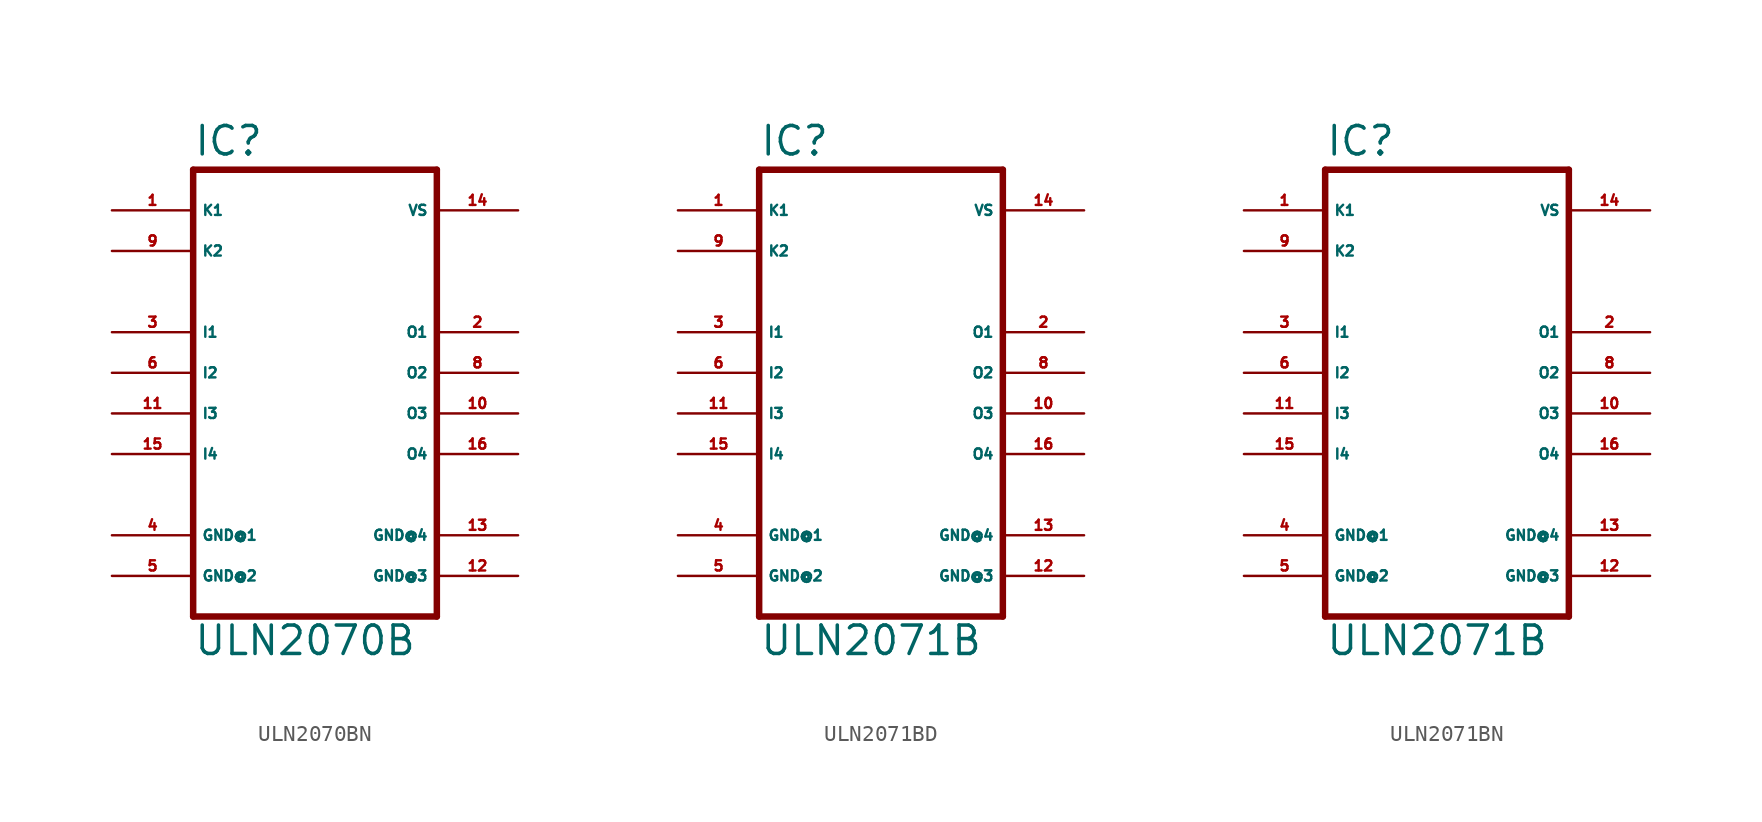
<source format=kicad_sym>
(kicad_symbol_lib
  (version 20220914)
  (generator Eagle2Kicad)
  (symbol "ULN2070BN"
    (property "Reference" "IC"
      (at -7.62 13.462 0)
      (effects (font (size 1.778 1.778) (thickness 0.22)) (justify left bottom)))
    (property "Value" "ULN2070B"
      (at -7.62 -17.78 0)
      (effects (font (size 1.778 1.778) (thickness 0.22)) (justify left bottom)))
    (polyline
      (pts (xy -7.62 12.7) (xy 7.62 12.7))
      (stroke (width 0.406) (type default))
      (fill (type none)))
    (polyline
      (pts (xy 7.62 -15.24) (xy 7.62 12.7))
      (stroke (width 0.406) (type default))
      (fill (type none)))
    (polyline
      (pts (xy 7.62 -15.24) (xy -7.62 -15.24))
      (stroke (width 0.406) (type default))
      (fill (type none)))
    (polyline
      (pts (xy -7.62 12.7) (xy -7.62 -15.24))
      (stroke (width 0.406) (type default))
      (fill (type none)))
    (pin input line
      (at -12.7 2.54 0)
      (length 5.08)
      (name "I1" (effects (font (size 0.635 0.635) (thickness 0.08)) (justify left bottom)))
      (number "3" (effects (font (size 0.635 0.635) (thickness 0.08)) (justify left bottom))))
    (pin input line
      (at -12.7 0 0)
      (length 5.08)
      (name "I2" (effects (font (size 0.635 0.635) (thickness 0.08)) (justify left bottom)))
      (number "6" (effects (font (size 0.635 0.635) (thickness 0.08)) (justify left bottom))))
    (pin input line
      (at -12.7 -2.54 0)
      (length 5.08)
      (name "I3" (effects (font (size 0.635 0.635) (thickness 0.08)) (justify left bottom)))
      (number "11" (effects (font (size 0.635 0.635) (thickness 0.08)) (justify left bottom))))
    (pin input line
      (at -12.7 -5.08 0)
      (length 5.08)
      (name "I4" (effects (font (size 0.635 0.635) (thickness 0.08)) (justify left bottom)))
      (number "15" (effects (font (size 0.635 0.635) (thickness 0.08)) (justify left bottom))))
    (pin open_collector line
      (at 12.7 2.54 180)
      (length 5.08)
      (name "O1" (effects (font (size 0.635 0.635) (thickness 0.08)) (justify left bottom)))
      (number "2" (effects (font (size 0.635 0.635) (thickness 0.08)) (justify left bottom))))
    (pin open_collector line
      (at 12.7 0 180)
      (length 5.08)
      (name "O2" (effects (font (size 0.635 0.635) (thickness 0.08)) (justify left bottom)))
      (number "8" (effects (font (size 0.635 0.635) (thickness 0.08)) (justify left bottom))))
    (pin open_collector line
      (at 12.7 -2.54 180)
      (length 5.08)
      (name "O3" (effects (font (size 0.635 0.635) (thickness 0.08)) (justify left bottom)))
      (number "10" (effects (font (size 0.635 0.635) (thickness 0.08)) (justify left bottom))))
    (pin open_collector line
      (at 12.7 -5.08 180)
      (length 5.08)
      (name "O4" (effects (font (size 0.635 0.635) (thickness 0.08)) (justify left bottom)))
      (number "16" (effects (font (size 0.635 0.635) (thickness 0.08)) (justify left bottom))))
    (pin passive line
      (at -12.7 7.62 0)
      (length 5.08)
      (name "K2" (effects (font (size 0.635 0.635) (thickness 0.08)) (justify left bottom)))
      (number "9" (effects (font (size 0.635 0.635) (thickness 0.08)) (justify left bottom))))
    (pin unspecified line
      (at -12.7 -12.7 0)
      (length 5.08)
      (name "GND@2" (effects (font (size 0.635 0.635) (thickness 0.08)) (justify left bottom)))
      (number "5" (effects (font (size 0.635 0.635) (thickness 0.08)) (justify left bottom))))
    (pin passive line
      (at -12.7 10.16 0)
      (length 5.08)
      (name "K1" (effects (font (size 0.635 0.635) (thickness 0.08)) (justify left bottom)))
      (number "1" (effects (font (size 0.635 0.635) (thickness 0.08)) (justify left bottom))))
    (pin unspecified line
      (at 12.7 -10.16 180)
      (length 5.08)
      (name "GND@4" (effects (font (size 0.635 0.635) (thickness 0.08)) (justify left bottom)))
      (number "13" (effects (font (size 0.635 0.635) (thickness 0.08)) (justify left bottom))))
    (pin unspecified line
      (at -12.7 -10.16 0)
      (length 5.08)
      (name "GND@1" (effects (font (size 0.635 0.635) (thickness 0.08)) (justify left bottom)))
      (number "4" (effects (font (size 0.635 0.635) (thickness 0.08)) (justify left bottom))))
    (pin unspecified line
      (at 12.7 -12.7 180)
      (length 5.08)
      (name "GND@3" (effects (font (size 0.635 0.635) (thickness 0.08)) (justify left bottom)))
      (number "12" (effects (font (size 0.635 0.635) (thickness 0.08)) (justify left bottom))))
    (pin unspecified line
      (at 12.7 10.16 180)
      (length 5.08)
      (name "VS" (effects (font (size 0.635 0.635) (thickness 0.08)) (justify left bottom)))
      (number "14" (effects (font (size 0.635 0.635) (thickness 0.08)) (justify left bottom)))))
  (symbol "ULN2071BD"
    (property "Reference" "IC"
      (at -7.62 13.462 0)
      (effects (font (size 1.778 1.778) (thickness 0.22)) (justify left bottom)))
    (property "Value" "ULN2071B"
      (at -7.62 -17.78 0)
      (effects (font (size 1.778 1.778) (thickness 0.22)) (justify left bottom)))
    (polyline
      (pts (xy -7.62 12.7) (xy 7.62 12.7))
      (stroke (width 0.406) (type default))
      (fill (type none)))
    (polyline
      (pts (xy 7.62 -15.24) (xy 7.62 12.7))
      (stroke (width 0.406) (type default))
      (fill (type none)))
    (polyline
      (pts (xy 7.62 -15.24) (xy -7.62 -15.24))
      (stroke (width 0.406) (type default))
      (fill (type none)))
    (polyline
      (pts (xy -7.62 12.7) (xy -7.62 -15.24))
      (stroke (width 0.406) (type default))
      (fill (type none)))
    (pin input line
      (at -12.7 2.54 0)
      (length 5.08)
      (name "I1" (effects (font (size 0.635 0.635) (thickness 0.08)) (justify left bottom)))
      (number "3" (effects (font (size 0.635 0.635) (thickness 0.08)) (justify left bottom))))
    (pin input line
      (at -12.7 0 0)
      (length 5.08)
      (name "I2" (effects (font (size 0.635 0.635) (thickness 0.08)) (justify left bottom)))
      (number "6" (effects (font (size 0.635 0.635) (thickness 0.08)) (justify left bottom))))
    (pin input line
      (at -12.7 -2.54 0)
      (length 5.08)
      (name "I3" (effects (font (size 0.635 0.635) (thickness 0.08)) (justify left bottom)))
      (number "11" (effects (font (size 0.635 0.635) (thickness 0.08)) (justify left bottom))))
    (pin input line
      (at -12.7 -5.08 0)
      (length 5.08)
      (name "I4" (effects (font (size 0.635 0.635) (thickness 0.08)) (justify left bottom)))
      (number "15" (effects (font (size 0.635 0.635) (thickness 0.08)) (justify left bottom))))
    (pin open_collector line
      (at 12.7 2.54 180)
      (length 5.08)
      (name "O1" (effects (font (size 0.635 0.635) (thickness 0.08)) (justify left bottom)))
      (number "2" (effects (font (size 0.635 0.635) (thickness 0.08)) (justify left bottom))))
    (pin open_collector line
      (at 12.7 0 180)
      (length 5.08)
      (name "O2" (effects (font (size 0.635 0.635) (thickness 0.08)) (justify left bottom)))
      (number "8" (effects (font (size 0.635 0.635) (thickness 0.08)) (justify left bottom))))
    (pin open_collector line
      (at 12.7 -2.54 180)
      (length 5.08)
      (name "O3" (effects (font (size 0.635 0.635) (thickness 0.08)) (justify left bottom)))
      (number "10" (effects (font (size 0.635 0.635) (thickness 0.08)) (justify left bottom))))
    (pin open_collector line
      (at 12.7 -5.08 180)
      (length 5.08)
      (name "O4" (effects (font (size 0.635 0.635) (thickness 0.08)) (justify left bottom)))
      (number "16" (effects (font (size 0.635 0.635) (thickness 0.08)) (justify left bottom))))
    (pin passive line
      (at -12.7 7.62 0)
      (length 5.08)
      (name "K2" (effects (font (size 0.635 0.635) (thickness 0.08)) (justify left bottom)))
      (number "9" (effects (font (size 0.635 0.635) (thickness 0.08)) (justify left bottom))))
    (pin unspecified line
      (at -12.7 -12.7 0)
      (length 5.08)
      (name "GND@2" (effects (font (size 0.635 0.635) (thickness 0.08)) (justify left bottom)))
      (number "5" (effects (font (size 0.635 0.635) (thickness 0.08)) (justify left bottom))))
    (pin passive line
      (at -12.7 10.16 0)
      (length 5.08)
      (name "K1" (effects (font (size 0.635 0.635) (thickness 0.08)) (justify left bottom)))
      (number "1" (effects (font (size 0.635 0.635) (thickness 0.08)) (justify left bottom))))
    (pin unspecified line
      (at 12.7 -10.16 180)
      (length 5.08)
      (name "GND@4" (effects (font (size 0.635 0.635) (thickness 0.08)) (justify left bottom)))
      (number "13" (effects (font (size 0.635 0.635) (thickness 0.08)) (justify left bottom))))
    (pin unspecified line
      (at -12.7 -10.16 0)
      (length 5.08)
      (name "GND@1" (effects (font (size 0.635 0.635) (thickness 0.08)) (justify left bottom)))
      (number "4" (effects (font (size 0.635 0.635) (thickness 0.08)) (justify left bottom))))
    (pin unspecified line
      (at 12.7 -12.7 180)
      (length 5.08)
      (name "GND@3" (effects (font (size 0.635 0.635) (thickness 0.08)) (justify left bottom)))
      (number "12" (effects (font (size 0.635 0.635) (thickness 0.08)) (justify left bottom))))
    (pin unspecified line
      (at 12.7 10.16 180)
      (length 5.08)
      (name "VS" (effects (font (size 0.635 0.635) (thickness 0.08)) (justify left bottom)))
      (number "14" (effects (font (size 0.635 0.635) (thickness 0.08)) (justify left bottom)))))
  (symbol "ULN2071BN"
    (property "Reference" "IC"
      (at -7.62 13.462 0)
      (effects (font (size 1.778 1.778) (thickness 0.22)) (justify left bottom)))
    (property "Value" "ULN2071B"
      (at -7.62 -17.78 0)
      (effects (font (size 1.778 1.778) (thickness 0.22)) (justify left bottom)))
    (polyline
      (pts (xy -7.62 12.7) (xy 7.62 12.7))
      (stroke (width 0.406) (type default))
      (fill (type none)))
    (polyline
      (pts (xy 7.62 -15.24) (xy 7.62 12.7))
      (stroke (width 0.406) (type default))
      (fill (type none)))
    (polyline
      (pts (xy 7.62 -15.24) (xy -7.62 -15.24))
      (stroke (width 0.406) (type default))
      (fill (type none)))
    (polyline
      (pts (xy -7.62 12.7) (xy -7.62 -15.24))
      (stroke (width 0.406) (type default))
      (fill (type none)))
    (pin input line
      (at -12.7 2.54 0)
      (length 5.08)
      (name "I1" (effects (font (size 0.635 0.635) (thickness 0.08)) (justify left bottom)))
      (number "3" (effects (font (size 0.635 0.635) (thickness 0.08)) (justify left bottom))))
    (pin input line
      (at -12.7 0 0)
      (length 5.08)
      (name "I2" (effects (font (size 0.635 0.635) (thickness 0.08)) (justify left bottom)))
      (number "6" (effects (font (size 0.635 0.635) (thickness 0.08)) (justify left bottom))))
    (pin input line
      (at -12.7 -2.54 0)
      (length 5.08)
      (name "I3" (effects (font (size 0.635 0.635) (thickness 0.08)) (justify left bottom)))
      (number "11" (effects (font (size 0.635 0.635) (thickness 0.08)) (justify left bottom))))
    (pin input line
      (at -12.7 -5.08 0)
      (length 5.08)
      (name "I4" (effects (font (size 0.635 0.635) (thickness 0.08)) (justify left bottom)))
      (number "15" (effects (font (size 0.635 0.635) (thickness 0.08)) (justify left bottom))))
    (pin open_collector line
      (at 12.7 2.54 180)
      (length 5.08)
      (name "O1" (effects (font (size 0.635 0.635) (thickness 0.08)) (justify left bottom)))
      (number "2" (effects (font (size 0.635 0.635) (thickness 0.08)) (justify left bottom))))
    (pin open_collector line
      (at 12.7 0 180)
      (length 5.08)
      (name "O2" (effects (font (size 0.635 0.635) (thickness 0.08)) (justify left bottom)))
      (number "8" (effects (font (size 0.635 0.635) (thickness 0.08)) (justify left bottom))))
    (pin open_collector line
      (at 12.7 -2.54 180)
      (length 5.08)
      (name "O3" (effects (font (size 0.635 0.635) (thickness 0.08)) (justify left bottom)))
      (number "10" (effects (font (size 0.635 0.635) (thickness 0.08)) (justify left bottom))))
    (pin open_collector line
      (at 12.7 -5.08 180)
      (length 5.08)
      (name "O4" (effects (font (size 0.635 0.635) (thickness 0.08)) (justify left bottom)))
      (number "16" (effects (font (size 0.635 0.635) (thickness 0.08)) (justify left bottom))))
    (pin passive line
      (at -12.7 7.62 0)
      (length 5.08)
      (name "K2" (effects (font (size 0.635 0.635) (thickness 0.08)) (justify left bottom)))
      (number "9" (effects (font (size 0.635 0.635) (thickness 0.08)) (justify left bottom))))
    (pin unspecified line
      (at -12.7 -12.7 0)
      (length 5.08)
      (name "GND@2" (effects (font (size 0.635 0.635) (thickness 0.08)) (justify left bottom)))
      (number "5" (effects (font (size 0.635 0.635) (thickness 0.08)) (justify left bottom))))
    (pin passive line
      (at -12.7 10.16 0)
      (length 5.08)
      (name "K1" (effects (font (size 0.635 0.635) (thickness 0.08)) (justify left bottom)))
      (number "1" (effects (font (size 0.635 0.635) (thickness 0.08)) (justify left bottom))))
    (pin unspecified line
      (at 12.7 -10.16 180)
      (length 5.08)
      (name "GND@4" (effects (font (size 0.635 0.635) (thickness 0.08)) (justify left bottom)))
      (number "13" (effects (font (size 0.635 0.635) (thickness 0.08)) (justify left bottom))))
    (pin unspecified line
      (at -12.7 -10.16 0)
      (length 5.08)
      (name "GND@1" (effects (font (size 0.635 0.635) (thickness 0.08)) (justify left bottom)))
      (number "4" (effects (font (size 0.635 0.635) (thickness 0.08)) (justify left bottom))))
    (pin unspecified line
      (at 12.7 -12.7 180)
      (length 5.08)
      (name "GND@3" (effects (font (size 0.635 0.635) (thickness 0.08)) (justify left bottom)))
      (number "12" (effects (font (size 0.635 0.635) (thickness 0.08)) (justify left bottom))))
    (pin unspecified line
      (at 12.7 10.16 180)
      (length 5.08)
      (name "VS" (effects (font (size 0.635 0.635) (thickness 0.08)) (justify left bottom)))
      (number "14" (effects (font (size 0.635 0.635) (thickness 0.08)) (justify left bottom))))))
</source>
